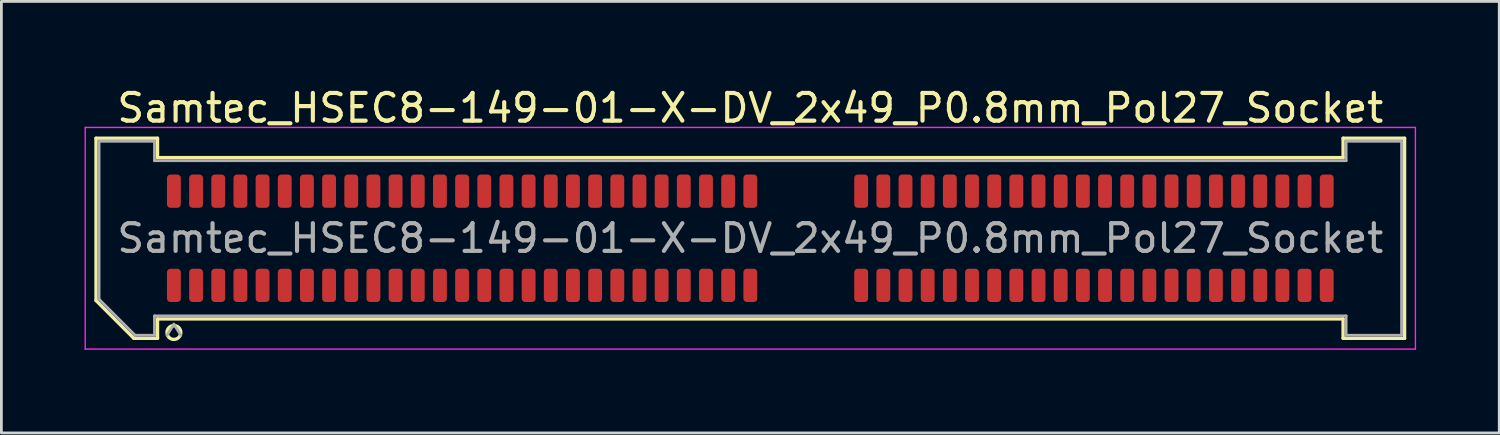
<source format=kicad_pcb>
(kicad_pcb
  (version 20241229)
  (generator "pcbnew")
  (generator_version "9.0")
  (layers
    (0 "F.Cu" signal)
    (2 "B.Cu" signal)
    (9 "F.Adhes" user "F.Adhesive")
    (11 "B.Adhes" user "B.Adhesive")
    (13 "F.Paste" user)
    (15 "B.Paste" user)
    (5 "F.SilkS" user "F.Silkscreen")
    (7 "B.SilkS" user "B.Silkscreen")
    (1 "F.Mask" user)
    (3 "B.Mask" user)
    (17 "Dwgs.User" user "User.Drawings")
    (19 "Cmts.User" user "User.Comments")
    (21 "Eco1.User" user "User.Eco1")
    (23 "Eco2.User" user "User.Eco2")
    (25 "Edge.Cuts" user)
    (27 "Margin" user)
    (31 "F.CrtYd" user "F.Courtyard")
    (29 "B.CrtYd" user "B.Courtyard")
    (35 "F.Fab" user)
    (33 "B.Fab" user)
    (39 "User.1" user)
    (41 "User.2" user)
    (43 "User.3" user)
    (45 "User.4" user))
  (footprint "Samtec_HSEC8-149-01-X-DV_2x49_P0.8mm_Pol27_Socket"
    (layer "F.Cu")
    (at 24.025 5.548)
    (property "Reference" "Samtec_HSEC8-149-01-X-DV_2x49_P0.8mm_Pol27_Socket" (at 0 -4.7 0) (layer "F.SilkS") (effects (font (size 1 1) (thickness 0.15))))
    (attr smd)
    (fp_line (start -23.61 -3.61) (end -21.39 -3.61) (stroke (width 0.12) (type solid)) (layer "F.SilkS"))
    (fp_line (start -23.61 2.246) (end -23.61 -3.61) (stroke (width 0.12) (type solid)) (layer "F.SilkS"))
    (fp_line (start -22.246 3.61) (end -23.61 2.246) (stroke (width 0.12) (type solid)) (layer "F.SilkS"))
    (fp_line (start -21.39 -3.61) (end -21.39 -2.91) (stroke (width 0.12) (type solid)) (layer "F.SilkS"))
    (fp_line (start -21.39 -2.91) (end 21.39 -2.91) (stroke (width 0.12) (type solid)) (layer "F.SilkS"))
    (fp_line (start -21.39 2.91) (end -21.39 3.61) (stroke (width 0.12) (type solid)) (layer "F.SilkS"))
    (fp_line (start -21.39 3.61) (end -22.246 3.61) (stroke (width 0.12) (type solid)) (layer "F.SilkS"))
    (fp_line (start 21.39 -3.61) (end 23.61 -3.61) (stroke (width 0.12) (type solid)) (layer "F.SilkS"))
    (fp_line (start 21.39 -2.91) (end 21.39 -3.61) (stroke (width 0.12) (type solid)) (layer "F.SilkS"))
    (fp_line (start 21.39 2.91) (end -21.39 2.91) (stroke (width 0.12) (type solid)) (layer "F.SilkS"))
    (fp_line (start 21.39 3.61) (end 21.39 2.91) (stroke (width 0.12) (type solid)) (layer "F.SilkS"))
    (fp_line (start 23.61 -3.61) (end 23.61 3.61) (stroke (width 0.12) (type solid)) (layer "F.SilkS"))
    (fp_line (start 23.61 3.61) (end 21.39 3.61) (stroke (width 0.12) (type solid)) (layer "F.SilkS"))
    (fp_arc (start -20.55 3.4) (mid -21.05 3.4) (end -20.55 3.4) (stroke (width 0.12) (type solid)) (layer "F.SilkS"))
    (fp_line (start -24 -4) (end -24 4) (stroke (width 0.05) (type solid)) (layer "F.CrtYd"))
    (fp_line (start -24 4) (end 24 4) (stroke (width 0.05) (type solid)) (layer "F.CrtYd"))
    (fp_line (start 24 -4) (end -24 -4) (stroke (width 0.05) (type solid)) (layer "F.CrtYd"))
    (fp_line (start 24 4) (end 24 -4) (stroke (width 0.05) (type solid)) (layer "F.CrtYd"))
    (fp_line (start -23.5 -3.5) (end -21.5 -3.5) (stroke (width 0.1) (type solid)) (layer "F.Fab"))
    (fp_line (start -23.5 2.2) (end -23.5 -3.5) (stroke (width 0.1) (type solid)) (layer "F.Fab"))
    (fp_line (start -22.2 3.5) (end -23.5 2.2) (stroke (width 0.1) (type solid)) (layer "F.Fab"))
    (fp_line (start -21.5 -3.5) (end -21.5 -2.8) (stroke (width 0.1) (type solid)) (layer "F.Fab"))
    (fp_line (start -21.5 -2.8) (end 21.5 -2.8) (stroke (width 0.1) (type solid)) (layer "F.Fab"))
    (fp_line (start -21.5 2.8) (end -21.5 3.5) (stroke (width 0.1) (type solid)) (layer "F.Fab"))
    (fp_line (start -21.5 3.5) (end -22.2 3.5) (stroke (width 0.1) (type solid)) (layer "F.Fab"))
    (fp_line (start -20.8 3.1) (end -21.05 3.5) (stroke (width 0.1) (type solid)) (layer "F.Fab"))
    (fp_line (start -20.8 3.1) (end -20.55 3.5) (stroke (width 0.1) (type solid)) (layer "F.Fab"))
    (fp_line (start 21.5 -3.5) (end 23.5 -3.5) (stroke (width 0.1) (type solid)) (layer "F.Fab"))
    (fp_line (start 21.5 -2.8) (end 21.5 -3.5) (stroke (width 0.1) (type solid)) (layer "F.Fab"))
    (fp_line (start 21.5 2.8) (end -21.5 2.8) (stroke (width 0.1) (type solid)) (layer "F.Fab"))
    (fp_line (start 21.5 3.5) (end 21.5 2.8) (stroke (width 0.1) (type solid)) (layer "F.Fab"))
    (fp_line (start 23.5 -3.5) (end 23.5 3.5) (stroke (width 0.1) (type solid)) (layer "F.Fab"))
    (fp_line (start 23.5 3.5) (end 21.5 3.5) (stroke (width 0.1) (type solid)) (layer "F.Fab"))
    (fp_text user "${REFERENCE}" (at 0 0 0) (layer "F.Fab") (effects (font (size 1 1) (thickness 0.15))))
    (pad "1" smd roundrect (at -20.8 1.7) (size 0.5 1.2) (layers "F.Cu" "F.Mask" "F.Paste") (roundrect_rratio 0.25))
    (pad "2" smd roundrect (at -20.8 -1.7) (size 0.5 1.2) (layers "F.Cu" "F.Mask" "F.Paste") (roundrect_rratio 0.25))
    (pad "3" smd roundrect (at -20 1.7) (size 0.5 1.2) (layers "F.Cu" "F.Mask" "F.Paste") (roundrect_rratio 0.25))
    (pad "4" smd roundrect (at -20 -1.7) (size 0.5 1.2) (layers "F.Cu" "F.Mask" "F.Paste") (roundrect_rratio 0.25))
    (pad "5" smd roundrect (at -19.2 1.7) (size 0.5 1.2) (layers "F.Cu" "F.Mask" "F.Paste") (roundrect_rratio 0.25))
    (pad "6" smd roundrect (at -19.2 -1.7) (size 0.5 1.2) (layers "F.Cu" "F.Mask" "F.Paste") (roundrect_rratio 0.25))
    (pad "7" smd roundrect (at -18.4 1.7) (size 0.5 1.2) (layers "F.Cu" "F.Mask" "F.Paste") (roundrect_rratio 0.25))
    (pad "8" smd roundrect (at -18.4 -1.7) (size 0.5 1.2) (layers "F.Cu" "F.Mask" "F.Paste") (roundrect_rratio 0.25))
    (pad "9" smd roundrect (at -17.6 1.7) (size 0.5 1.2) (layers "F.Cu" "F.Mask" "F.Paste") (roundrect_rratio 0.25))
    (pad "10" smd roundrect (at -17.6 -1.7) (size 0.5 1.2) (layers "F.Cu" "F.Mask" "F.Paste") (roundrect_rratio 0.25))
    (pad "11" smd roundrect (at -16.8 1.7) (size 0.5 1.2) (layers "F.Cu" "F.Mask" "F.Paste") (roundrect_rratio 0.25))
    (pad "12" smd roundrect (at -16.8 -1.7) (size 0.5 1.2) (layers "F.Cu" "F.Mask" "F.Paste") (roundrect_rratio 0.25))
    (pad "13" smd roundrect (at -16 1.7) (size 0.5 1.2) (layers "F.Cu" "F.Mask" "F.Paste") (roundrect_rratio 0.25))
    (pad "14" smd roundrect (at -16 -1.7) (size 0.5 1.2) (layers "F.Cu" "F.Mask" "F.Paste") (roundrect_rratio 0.25))
    (pad "15" smd roundrect (at -15.2 1.7) (size 0.5 1.2) (layers "F.Cu" "F.Mask" "F.Paste") (roundrect_rratio 0.25))
    (pad "16" smd roundrect (at -15.2 -1.7) (size 0.5 1.2) (layers "F.Cu" "F.Mask" "F.Paste") (roundrect_rratio 0.25))
    (pad "17" smd roundrect (at -14.4 1.7) (size 0.5 1.2) (layers "F.Cu" "F.Mask" "F.Paste") (roundrect_rratio 0.25))
    (pad "18" smd roundrect (at -14.4 -1.7) (size 0.5 1.2) (layers "F.Cu" "F.Mask" "F.Paste") (roundrect_rratio 0.25))
    (pad "19" smd roundrect (at -13.6 1.7) (size 0.5 1.2) (layers "F.Cu" "F.Mask" "F.Paste") (roundrect_rratio 0.25))
    (pad "20" smd roundrect (at -13.6 -1.7) (size 0.5 1.2) (layers "F.Cu" "F.Mask" "F.Paste") (roundrect_rratio 0.25))
    (pad "21" smd roundrect (at -12.8 1.7) (size 0.5 1.2) (layers "F.Cu" "F.Mask" "F.Paste") (roundrect_rratio 0.25))
    (pad "22" smd roundrect (at -12.8 -1.7) (size 0.5 1.2) (layers "F.Cu" "F.Mask" "F.Paste") (roundrect_rratio 0.25))
    (pad "23" smd roundrect (at -12 1.7) (size 0.5 1.2) (layers "F.Cu" "F.Mask" "F.Paste") (roundrect_rratio 0.25))
    (pad "24" smd roundrect (at -12 -1.7) (size 0.5 1.2) (layers "F.Cu" "F.Mask" "F.Paste") (roundrect_rratio 0.25))
    (pad "25" smd roundrect (at -11.2 1.7) (size 0.5 1.2) (layers "F.Cu" "F.Mask" "F.Paste") (roundrect_rratio 0.25))
    (pad "26" smd roundrect (at -11.2 -1.7) (size 0.5 1.2) (layers "F.Cu" "F.Mask" "F.Paste") (roundrect_rratio 0.25))
    (pad "27" smd roundrect (at -10.4 1.7) (size 0.5 1.2) (layers "F.Cu" "F.Mask" "F.Paste") (roundrect_rratio 0.25))
    (pad "28" smd roundrect (at -10.4 -1.7) (size 0.5 1.2) (layers "F.Cu" "F.Mask" "F.Paste") (roundrect_rratio 0.25))
    (pad "29" smd roundrect (at -9.6 1.7) (size 0.5 1.2) (layers "F.Cu" "F.Mask" "F.Paste") (roundrect_rratio 0.25))
    (pad "30" smd roundrect (at -9.6 -1.7) (size 0.5 1.2) (layers "F.Cu" "F.Mask" "F.Paste") (roundrect_rratio 0.25))
    (pad "31" smd roundrect (at -8.8 1.7) (size 0.5 1.2) (layers "F.Cu" "F.Mask" "F.Paste") (roundrect_rratio 0.25))
    (pad "32" smd roundrect (at -8.8 -1.7) (size 0.5 1.2) (layers "F.Cu" "F.Mask" "F.Paste") (roundrect_rratio 0.25))
    (pad "33" smd roundrect (at -8 1.7) (size 0.5 1.2) (layers "F.Cu" "F.Mask" "F.Paste") (roundrect_rratio 0.25))
    (pad "34" smd roundrect (at -8 -1.7) (size 0.5 1.2) (layers "F.Cu" "F.Mask" "F.Paste") (roundrect_rratio 0.25))
    (pad "35" smd roundrect (at -7.2 1.7) (size 0.5 1.2) (layers "F.Cu" "F.Mask" "F.Paste") (roundrect_rratio 0.25))
    (pad "36" smd roundrect (at -7.2 -1.7) (size 0.5 1.2) (layers "F.Cu" "F.Mask" "F.Paste") (roundrect_rratio 0.25))
    (pad "37" smd roundrect (at -6.4 1.7) (size 0.5 1.2) (layers "F.Cu" "F.Mask" "F.Paste") (roundrect_rratio 0.25))
    (pad "38" smd roundrect (at -6.4 -1.7) (size 0.5 1.2) (layers "F.Cu" "F.Mask" "F.Paste") (roundrect_rratio 0.25))
    (pad "39" smd roundrect (at -5.6 1.7) (size 0.5 1.2) (layers "F.Cu" "F.Mask" "F.Paste") (roundrect_rratio 0.25))
    (pad "40" smd roundrect (at -5.6 -1.7) (size 0.5 1.2) (layers "F.Cu" "F.Mask" "F.Paste") (roundrect_rratio 0.25))
    (pad "41" smd roundrect (at -4.8 1.7) (size 0.5 1.2) (layers "F.Cu" "F.Mask" "F.Paste") (roundrect_rratio 0.25))
    (pad "42" smd roundrect (at -4.8 -1.7) (size 0.5 1.2) (layers "F.Cu" "F.Mask" "F.Paste") (roundrect_rratio 0.25))
    (pad "43" smd roundrect (at -4 1.7) (size 0.5 1.2) (layers "F.Cu" "F.Mask" "F.Paste") (roundrect_rratio 0.25))
    (pad "44" smd roundrect (at -4 -1.7) (size 0.5 1.2) (layers "F.Cu" "F.Mask" "F.Paste") (roundrect_rratio 0.25))
    (pad "45" smd roundrect (at -3.2 1.7) (size 0.5 1.2) (layers "F.Cu" "F.Mask" "F.Paste") (roundrect_rratio 0.25))
    (pad "46" smd roundrect (at -3.2 -1.7) (size 0.5 1.2) (layers "F.Cu" "F.Mask" "F.Paste") (roundrect_rratio 0.25))
    (pad "47" smd roundrect (at -2.4 1.7) (size 0.5 1.2) (layers "F.Cu" "F.Mask" "F.Paste") (roundrect_rratio 0.25))
    (pad "48" smd roundrect (at -2.4 -1.7) (size 0.5 1.2) (layers "F.Cu" "F.Mask" "F.Paste") (roundrect_rratio 0.25))
    (pad "49" smd roundrect (at -1.6 1.7) (size 0.5 1.2) (layers "F.Cu" "F.Mask" "F.Paste") (roundrect_rratio 0.25))
    (pad "50" smd roundrect (at -1.6 -1.7) (size 0.5 1.2) (layers "F.Cu" "F.Mask" "F.Paste") (roundrect_rratio 0.25))
    (pad "51" smd roundrect (at -0.8 1.7) (size 0.5 1.2) (layers "F.Cu" "F.Mask" "F.Paste") (roundrect_rratio 0.25))
    (pad "52" smd roundrect (at -0.8 -1.7) (size 0.5 1.2) (layers "F.Cu" "F.Mask" "F.Paste") (roundrect_rratio 0.25))
    (pad "53" smd roundrect (at 0 1.7) (size 0.5 1.2) (layers "F.Cu" "F.Mask" "F.Paste") (roundrect_rratio 0.25))
    (pad "54" smd roundrect (at 0 -1.7) (size 0.5 1.2) (layers "F.Cu" "F.Mask" "F.Paste") (roundrect_rratio 0.25))
    (pad "55" smd roundrect (at 4 1.7) (size 0.5 1.2) (layers "F.Cu" "F.Mask" "F.Paste") (roundrect_rratio 0.25))
    (pad "56" smd roundrect (at 4 -1.7) (size 0.5 1.2) (layers "F.Cu" "F.Mask" "F.Paste") (roundrect_rratio 0.25))
    (pad "57" smd roundrect (at 4.8 1.7) (size 0.5 1.2) (layers "F.Cu" "F.Mask" "F.Paste") (roundrect_rratio 0.25))
    (pad "58" smd roundrect (at 4.8 -1.7) (size 0.5 1.2) (layers "F.Cu" "F.Mask" "F.Paste") (roundrect_rratio 0.25))
    (pad "59" smd roundrect (at 5.6 1.7) (size 0.5 1.2) (layers "F.Cu" "F.Mask" "F.Paste") (roundrect_rratio 0.25))
    (pad "60" smd roundrect (at 5.6 -1.7) (size 0.5 1.2) (layers "F.Cu" "F.Mask" "F.Paste") (roundrect_rratio 0.25))
    (pad "61" smd roundrect (at 6.4 1.7) (size 0.5 1.2) (layers "F.Cu" "F.Mask" "F.Paste") (roundrect_rratio 0.25))
    (pad "62" smd roundrect (at 6.4 -1.7) (size 0.5 1.2) (layers "F.Cu" "F.Mask" "F.Paste") (roundrect_rratio 0.25))
    (pad "63" smd roundrect (at 7.2 1.7) (size 0.5 1.2) (layers "F.Cu" "F.Mask" "F.Paste") (roundrect_rratio 0.25))
    (pad "64" smd roundrect (at 7.2 -1.7) (size 0.5 1.2) (layers "F.Cu" "F.Mask" "F.Paste") (roundrect_rratio 0.25))
    (pad "65" smd roundrect (at 8 1.7) (size 0.5 1.2) (layers "F.Cu" "F.Mask" "F.Paste") (roundrect_rratio 0.25))
    (pad "66" smd roundrect (at 8 -1.7) (size 0.5 1.2) (layers "F.Cu" "F.Mask" "F.Paste") (roundrect_rratio 0.25))
    (pad "67" smd roundrect (at 8.8 1.7) (size 0.5 1.2) (layers "F.Cu" "F.Mask" "F.Paste") (roundrect_rratio 0.25))
    (pad "68" smd roundrect (at 8.8 -1.7) (size 0.5 1.2) (layers "F.Cu" "F.Mask" "F.Paste") (roundrect_rratio 0.25))
    (pad "69" smd roundrect (at 9.6 1.7) (size 0.5 1.2) (layers "F.Cu" "F.Mask" "F.Paste") (roundrect_rratio 0.25))
    (pad "70" smd roundrect (at 9.6 -1.7) (size 0.5 1.2) (layers "F.Cu" "F.Mask" "F.Paste") (roundrect_rratio 0.25))
    (pad "71" smd roundrect (at 10.4 1.7) (size 0.5 1.2) (layers "F.Cu" "F.Mask" "F.Paste") (roundrect_rratio 0.25))
    (pad "72" smd roundrect (at 10.4 -1.7) (size 0.5 1.2) (layers "F.Cu" "F.Mask" "F.Paste") (roundrect_rratio 0.25))
    (pad "73" smd roundrect (at 11.2 1.7) (size 0.5 1.2) (layers "F.Cu" "F.Mask" "F.Paste") (roundrect_rratio 0.25))
    (pad "74" smd roundrect (at 11.2 -1.7) (size 0.5 1.2) (layers "F.Cu" "F.Mask" "F.Paste") (roundrect_rratio 0.25))
    (pad "75" smd roundrect (at 12 1.7) (size 0.5 1.2) (layers "F.Cu" "F.Mask" "F.Paste") (roundrect_rratio 0.25))
    (pad "76" smd roundrect (at 12 -1.7) (size 0.5 1.2) (layers "F.Cu" "F.Mask" "F.Paste") (roundrect_rratio 0.25))
    (pad "77" smd roundrect (at 12.8 1.7) (size 0.5 1.2) (layers "F.Cu" "F.Mask" "F.Paste") (roundrect_rratio 0.25))
    (pad "78" smd roundrect (at 12.8 -1.7) (size 0.5 1.2) (layers "F.Cu" "F.Mask" "F.Paste") (roundrect_rratio 0.25))
    (pad "79" smd roundrect (at 13.6 1.7) (size 0.5 1.2) (layers "F.Cu" "F.Mask" "F.Paste") (roundrect_rratio 0.25))
    (pad "80" smd roundrect (at 13.6 -1.7) (size 0.5 1.2) (layers "F.Cu" "F.Mask" "F.Paste") (roundrect_rratio 0.25))
    (pad "81" smd roundrect (at 14.4 1.7) (size 0.5 1.2) (layers "F.Cu" "F.Mask" "F.Paste") (roundrect_rratio 0.25))
    (pad "82" smd roundrect (at 14.4 -1.7) (size 0.5 1.2) (layers "F.Cu" "F.Mask" "F.Paste") (roundrect_rratio 0.25))
    (pad "83" smd roundrect (at 15.2 1.7) (size 0.5 1.2) (layers "F.Cu" "F.Mask" "F.Paste") (roundrect_rratio 0.25))
    (pad "84" smd roundrect (at 15.2 -1.7) (size 0.5 1.2) (layers "F.Cu" "F.Mask" "F.Paste") (roundrect_rratio 0.25))
    (pad "85" smd roundrect (at 16 1.7) (size 0.5 1.2) (layers "F.Cu" "F.Mask" "F.Paste") (roundrect_rratio 0.25))
    (pad "86" smd roundrect (at 16 -1.7) (size 0.5 1.2) (layers "F.Cu" "F.Mask" "F.Paste") (roundrect_rratio 0.25))
    (pad "87" smd roundrect (at 16.8 1.7) (size 0.5 1.2) (layers "F.Cu" "F.Mask" "F.Paste") (roundrect_rratio 0.25))
    (pad "88" smd roundrect (at 16.8 -1.7) (size 0.5 1.2) (layers "F.Cu" "F.Mask" "F.Paste") (roundrect_rratio 0.25))
    (pad "89" smd roundrect (at 17.6 1.7) (size 0.5 1.2) (layers "F.Cu" "F.Mask" "F.Paste") (roundrect_rratio 0.25))
    (pad "90" smd roundrect (at 17.6 -1.7) (size 0.5 1.2) (layers "F.Cu" "F.Mask" "F.Paste") (roundrect_rratio 0.25))
    (pad "91" smd roundrect (at 18.4 1.7) (size 0.5 1.2) (layers "F.Cu" "F.Mask" "F.Paste") (roundrect_rratio 0.25))
    (pad "92" smd roundrect (at 18.4 -1.7) (size 0.5 1.2) (layers "F.Cu" "F.Mask" "F.Paste") (roundrect_rratio 0.25))
    (pad "93" smd roundrect (at 19.2 1.7) (size 0.5 1.2) (layers "F.Cu" "F.Mask" "F.Paste") (roundrect_rratio 0.25))
    (pad "94" smd roundrect (at 19.2 -1.7) (size 0.5 1.2) (layers "F.Cu" "F.Mask" "F.Paste") (roundrect_rratio 0.25))
    (pad "95" smd roundrect (at 20 1.7) (size 0.5 1.2) (layers "F.Cu" "F.Mask" "F.Paste") (roundrect_rratio 0.25))
    (pad "96" smd roundrect (at 20 -1.7) (size 0.5 1.2) (layers "F.Cu" "F.Mask" "F.Paste") (roundrect_rratio 0.25))
    (pad "97" smd roundrect (at 20.8 1.7) (size 0.5 1.2) (layers "F.Cu" "F.Mask" "F.Paste") (roundrect_rratio 0.25))
    (pad "98" smd roundrect (at 20.8 -1.7) (size 0.5 1.2) (layers "F.Cu" "F.Mask" "F.Paste") (roundrect_rratio 0.25)))
  (gr_rect
    (start -3 -3)
    (end 51.05 12.573)
    (stroke (width 0.1) (type default))
    (fill no)
    (layer "Edge.Cuts")))
</source>
